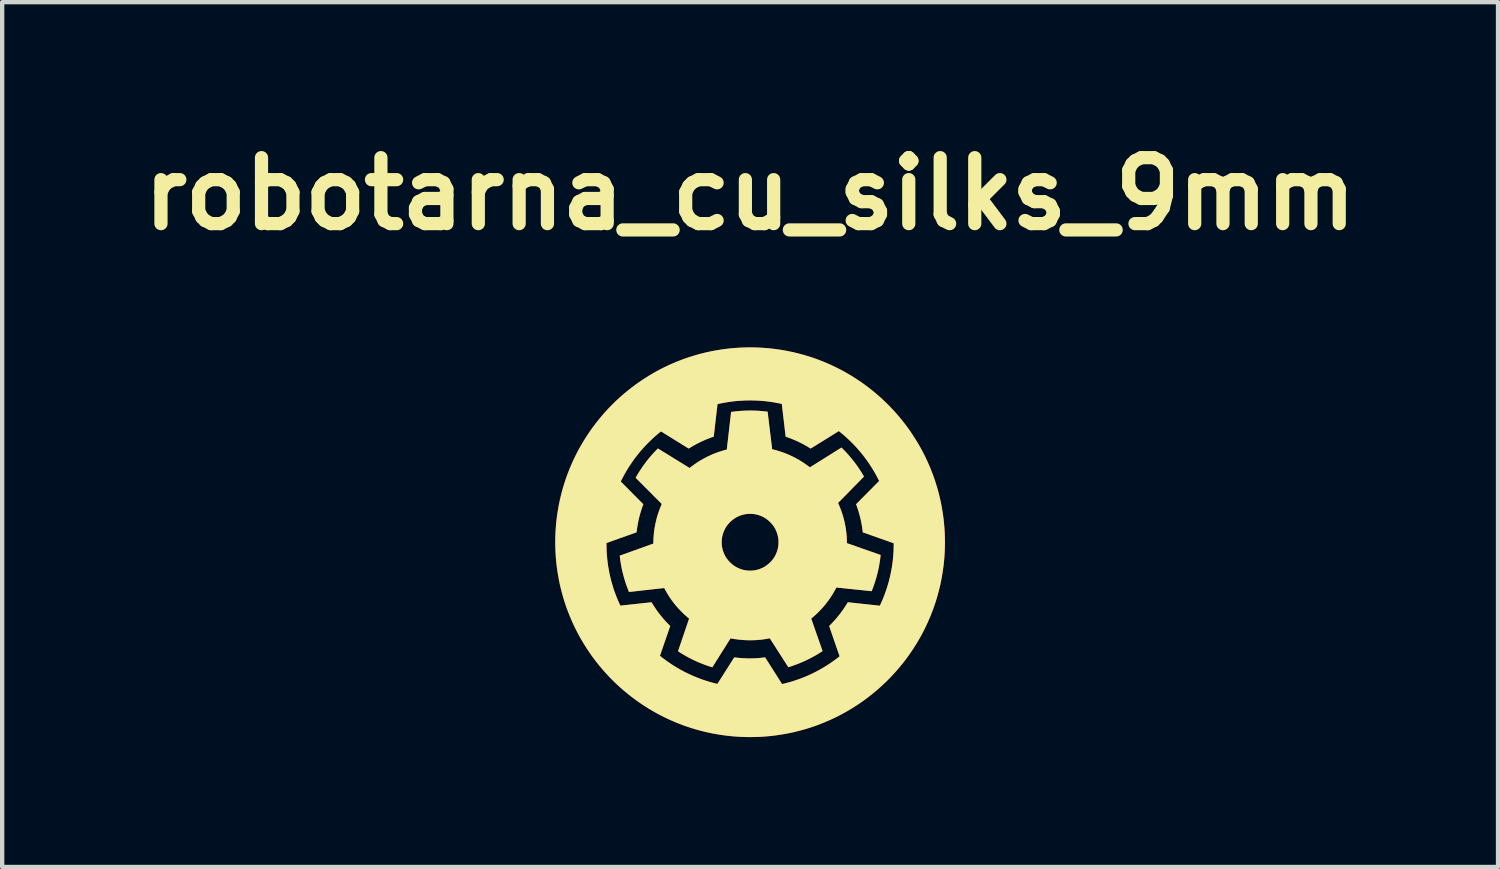
<source format=kicad_pcb>
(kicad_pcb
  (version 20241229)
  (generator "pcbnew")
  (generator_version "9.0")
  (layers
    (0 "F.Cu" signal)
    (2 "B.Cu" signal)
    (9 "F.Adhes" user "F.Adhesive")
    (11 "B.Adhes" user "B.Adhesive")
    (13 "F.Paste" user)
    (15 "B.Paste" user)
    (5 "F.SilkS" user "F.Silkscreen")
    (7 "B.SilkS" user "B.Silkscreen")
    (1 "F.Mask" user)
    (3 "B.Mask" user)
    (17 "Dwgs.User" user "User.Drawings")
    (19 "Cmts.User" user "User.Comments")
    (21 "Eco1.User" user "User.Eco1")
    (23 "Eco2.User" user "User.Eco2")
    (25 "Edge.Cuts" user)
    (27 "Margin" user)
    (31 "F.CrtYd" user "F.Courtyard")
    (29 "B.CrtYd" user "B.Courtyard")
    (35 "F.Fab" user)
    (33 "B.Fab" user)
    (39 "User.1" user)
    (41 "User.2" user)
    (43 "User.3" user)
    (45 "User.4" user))
  (footprint "robotarna_cu_silks_9mm"
    (layer "F.Cu")
    (at 14.275 9.474)
    (property "Reference" "robotarna_cu_silks_9mm" (at 0 -8.048 0) (layer "F.SilkS") (effects (font (size 1.524 1.524) (thickness 0.305))))
    (attr smd)
    (fp_poly (pts (xy -0.000008 0.656) (xy -2.975 0.552) (xy -2.966 0.6) (xy -2.956 0.647) (xy -2.945 0.694) (xy -2.933 0.741) (xy -2.921 0.788) (xy -2.908 0.834) (xy -2.894 0.88) (xy -2.88 0.926) (xy -2.865 0.971) (xy -2.849 1.016) (xy -2.832 1.061) (xy -2.815 1.105) (xy -2.797 1.149) (xy -1.984 1.058) (xy -1.961 1.101) (xy -1.937 1.143) (xy -1.913 1.185) (xy -1.887 1.226) (xy -1.861 1.267) (xy -1.834 1.307) (xy -1.806 1.346) (xy -1.777 1.385) (xy -1.747 1.423) (xy -1.717 1.46) (xy -1.685 1.497) (xy -1.653 1.533) (xy -1.62 1.568) (xy -1.587 1.602) (xy -1.553 1.636) (xy -1.518 1.669) (xy -1.482 1.702) (xy -1.446 1.733) (xy -1.409 1.764) (xy -1.665 2.518) (xy -1.625 2.544) (xy -1.584 2.57) (xy -1.542 2.595) (xy -1.5 2.619) (xy -1.458 2.643) (xy -1.415 2.666) (xy -1.372 2.688) (xy -1.329 2.71) (xy -1.285 2.731) (xy -1.24 2.752) (xy -1.196 2.771) (xy -1.15 2.79) (xy -1.105 2.808) (xy -1.059 2.826) (xy -1.013 2.843) (xy -0.966 2.859) (xy -0.92 2.874) (xy -0.872 2.889) (xy -0.451 2.219) (xy -0.402 2.229) (xy -0.353 2.237) (xy -0.304 2.244) (xy -0.254 2.25) (xy -0.204 2.255) (xy -0.154 2.259) (xy -0.104 2.262) (xy -0.053 2.264) (xy -0.002 2.265) (xy 0.045 2.264) (xy 0.092 2.263) (xy 0.138 2.261) (xy 0.184 2.257) (xy 0.23 2.253) (xy 0.276 2.248) (xy 0.321 2.242) (xy 0.366 2.235) (xy 0.411 2.227) (xy 0.455 2.219) (xy 0.883 2.887) (xy 0.93 2.872) (xy 0.977 2.856) (xy 1.023 2.84) (xy 1.069 2.823) (xy 1.115 2.806) (xy 1.16 2.787) (xy 1.205 2.768) (xy 1.25 2.749) (xy 1.294 2.728) (xy 1.338 2.707) (xy 1.381 2.685) (xy 1.424 2.663) (xy 1.467 2.639) (xy 1.509 2.616) (xy 1.551 2.591) (xy 1.592 2.566) (xy 1.633 2.54) (xy 1.674 2.514) (xy 1.412 1.764) (xy 1.449 1.732) (xy 1.486 1.7) (xy 1.522 1.667) (xy 1.558 1.634) (xy 1.593 1.599) (xy 1.626 1.564) (xy 1.66 1.528) (xy 1.692 1.492) (xy 1.724 1.455) (xy 1.754 1.417) (xy 1.784 1.378) (xy 1.813 1.339) (xy 1.842 1.299) (xy 1.869 1.258) (xy 1.896 1.217) (xy 1.921 1.175) (xy 1.946 1.132) (xy 1.97 1.089) (xy 1.993 1.046) (xy 2.807 1.131) (xy 2.825 1.087) (xy 2.842 1.043) (xy 2.858 0.998) (xy 2.873 0.953) (xy 2.888 0.908) (xy 2.902 0.862) (xy 2.916 0.816) (xy 2.928 0.77) (xy 2.94 0.724) (xy 2.952 0.677) (xy 2.962 0.63) (xy 2.972 0.583) (xy 2.981 0.535) (xy 2.989 0.488) (xy 2.997 0.439) (xy 3.004 0.391) (xy 3.01 0.343) (xy 3.015 0.294) (xy 2.237 0.021) (xy 2.236 -0.032) (xy 2.234 -0.084) (xy 2.231 -0.135) (xy 2.227 -0.186) (xy 2.221 -0.237) (xy 2.214 -0.288) (xy 2.207 -0.338) (xy 2.198 -0.388) (xy 2.188 -0.437) (xy 2.177 -0.486) (xy 2.165 -0.535) (xy 2.152 -0.583) (xy 2.138 -0.631) (xy 2.123 -0.678) (xy 2.106 -0.725) (xy 2.089 -0.771) (xy 2.071 -0.817) (xy 2.052 -0.863) (xy 2.032 -0.907) (xy 2.631 -1.517) (xy 2.606 -1.56) (xy 2.58 -1.603) (xy 2.553 -1.646) (xy 2.526 -1.688) (xy 2.497 -1.729) (xy 2.469 -1.77) (xy 2.439 -1.811) (xy 2.409 -1.851) (xy 2.378 -1.89) (xy 2.347 -1.929) (xy 2.315 -1.968) (xy 2.282 -2.006) (xy 2.249 -2.043) (xy 2.215 -2.08) (xy 2.181 -2.116) (xy 2.146 -2.152) (xy 2.11 -2.187) (xy 1.381 -1.73) (xy 1.343 -1.759) (xy 1.304 -1.788) (xy 1.265 -1.815) (xy 1.225 -1.842) (xy 1.184 -1.868) (xy 1.143 -1.894) (xy 1.101 -1.918) (xy 1.058 -1.941) (xy 1.015 -1.964) (xy 0.972 -1.985) (xy 0.928 -2.006) (xy 0.883 -2.026) (xy 0.838 -2.044) (xy 0.793 -2.062) (xy 0.747 -2.079) (xy 0.7 -2.095) (xy 0.653 -2.11) (xy 0.606 -2.124) (xy 0.558 -2.137) (xy 0.51 -2.148) (xy 0.405 -3.015) (xy 0.356 -3.021) (xy 0.307 -3.026) (xy 0.257 -3.031) (xy 0.207 -3.035) (xy 0.157 -3.038) (xy 0.106 -3.04) (xy 0.056 -3.041) (xy 0.005 -3.042) (xy -0.045 -3.041) (xy -0.095 -3.04) (xy -0.145 -3.038) (xy -0.194 -3.035) (xy -0.244 -3.032) (xy -0.293 -3.027) (xy -0.342 -3.022) (xy -0.39 -3.016) (xy -0.439 -3.01) (xy -0.538 -2.141) (xy -0.585 -2.129) (xy -0.632 -2.115) (xy -0.679 -2.101) (xy -0.726 -2.086) (xy -0.772 -2.069) (xy -0.817 -2.052) (xy -0.862 -2.034) (xy -0.906 -2.014) (xy -0.95 -1.994) (xy -0.994 -1.973) (xy -1.037 -1.951) (xy -1.079 -1.928) (xy -1.121 -1.905) (xy -1.162 -1.88) (xy -1.203 -1.855) (xy -1.243 -1.828) (xy -1.282 -1.801) (xy -1.321 -1.773) (xy -1.36 -1.745) (xy -1.397 -1.715) (xy -2.129 -2.166) (xy -2.164 -2.131) (xy -2.199 -2.095) (xy -2.233 -2.058) (xy -2.266 -2.021) (xy -2.299 -1.983) (xy -2.332 -1.945) (xy -2.363 -1.906) (xy -2.395 -1.866) (xy -2.425 -1.826) (xy -2.455 -1.786) (xy -2.484 -1.745) (xy -2.512 -1.703) (xy -2.54 -1.661) (xy -2.567 -1.619) (xy -2.594 -1.576) (xy -2.619 -1.532) (xy -2.644 -1.489) (xy -2.04 -0.883) (xy -2.059 -0.839) (xy -2.078 -0.795) (xy -2.095 -0.749) (xy -2.111 -0.704) (xy -2.127 -0.658) (xy -2.141 -0.612) (xy -2.155 -0.565) (xy -2.167 -0.517) (xy -2.178 -0.47) (xy -2.189 -0.422) (xy -2.198 -0.373) (xy -2.207 -0.325) (xy -2.214 -0.275) (xy -2.22 -0.226) (xy -2.225 -0.176) (xy -2.229 -0.126) (xy -2.232 -0.075) (xy -2.234 -0.025) (xy -2.234 0.026) (xy -2.234 0.031) (xy -3.011 0.31) (xy -3.005 0.359) (xy -2.999 0.407) (xy -2.992 0.456) (xy -2.984 0.504) (xy -2.975 0.552) (xy -0.000008 0.656) (xy -0.047 0.655) (xy -0.093 0.65) (xy -0.138 0.642) (xy -0.182 0.631) (xy -0.224 0.617) (xy -0.266 0.6) (xy -0.306 0.581) (xy -0.344 0.559) (xy -0.381 0.535) (xy -0.415 0.508) (xy -0.448 0.479) (xy -0.479 0.448) (xy -0.508 0.415) (xy -0.535 0.381) (xy -0.559 0.344) (xy -0.581 0.306) (xy -0.6 0.266) (xy -0.617 0.224) (xy -0.631 0.182) (xy -0.642 0.138) (xy -0.65 0.093) (xy -0.655 0.047) (xy -0.656 0.000015) (xy -0.655 -0.047) (xy -0.65 -0.093) (xy -0.642 -0.138) (xy -0.631 -0.182) (xy -0.617 -0.224) (xy -0.6 -0.266) (xy -0.581 -0.306) (xy -0.559 -0.344) (xy -0.535 -0.381) (xy -0.508 -0.415) (xy -0.479 -0.448) (xy -0.448 -0.479) (xy -0.415 -0.508) (xy -0.381 -0.535) (xy -0.344 -0.559) (xy -0.306 -0.581) (xy -0.266 -0.6) (xy -0.224 -0.617) (xy -0.182 -0.631) (xy -0.138 -0.642) (xy -0.093 -0.65) (xy -0.047 -0.655) (xy -0.000008 -0.656) (xy 0.047 -0.655) (xy 0.093 -0.65) (xy 0.138 -0.642) (xy 0.182 -0.631) (xy 0.224 -0.617) (xy 0.266 -0.6) (xy 0.306 -0.581) (xy 0.344 -0.559) (xy 0.38 -0.535) (xy 0.415 -0.508) (xy 0.448 -0.479) (xy 0.479 -0.448) (xy 0.508 -0.415) (xy 0.535 -0.381) (xy 0.559 -0.344) (xy 0.581 -0.306) (xy 0.6 -0.266) (xy 0.617 -0.224) (xy 0.631 -0.182) (xy 0.642 -0.138) (xy 0.65 -0.093) (xy 0.655 -0.047) (xy 0.656 0.000015) (xy 0.655 0.047) (xy 0.65 0.093) (xy 0.642 0.138) (xy 0.631 0.182) (xy 0.617 0.224) (xy 0.6 0.266) (xy 0.581 0.306) (xy 0.559 0.344) (xy 0.535 0.381) (xy 0.508 0.415) (xy 0.479 0.448) (xy 0.448 0.479) (xy 0.415 0.508) (xy 0.38 0.535) (xy 0.344 0.559) (xy 0.306 0.581) (xy 0.266 0.6) (xy 0.224 0.617) (xy 0.182 0.631) (xy 0.138 0.642) (xy 0.093 0.65) (xy 0.047 0.655) (xy -0.000008 0.656)) (stroke (width 0) (type solid)) (fill yes) (layer "F.Cu"))
    (fp_poly (pts (xy 2.996 1.466) (xy 0.665 4.451) (xy 0.711 4.444) (xy 0.758 4.436) (xy 0.804 4.428) (xy 0.85 4.42) (xy 0.895 4.411) (xy 0.941 4.401) (xy 0.987 4.392) (xy 1.032 4.381) (xy 1.077 4.37) (xy 1.122 4.359) (xy 1.167 4.347) (xy 1.211 4.335) (xy 1.255 4.323) (xy 1.3 4.309) (xy 1.344 4.296) (xy 1.387 4.282) (xy 1.431 4.268) (xy 1.474 4.253) (xy 1.518 4.238) (xy 1.561 4.222) (xy 1.603 4.206) (xy 1.646 4.189) (xy 1.688 4.173) (xy 1.731 4.155) (xy 1.773 4.137) (xy 1.814 4.119) (xy 1.856 4.101) (xy 1.897 4.082) (xy 1.938 4.062) (xy 1.979 4.043) (xy 2.02 4.022) (xy 2.06 4.002) (xy 2.1 3.981) (xy 2.14 3.96) (xy 2.18 3.938) (xy 2.219 3.916) (xy 2.258 3.893) (xy 2.297 3.87) (xy 2.336 3.847) (xy 2.374 3.823) (xy 2.412 3.799) (xy 2.45 3.775) (xy 2.488 3.75) (xy 2.525 3.725) (xy 2.562 3.7) (xy 2.599 3.674) (xy 2.636 3.648) (xy 2.672 3.621) (xy 2.708 3.594) (xy 2.744 3.567) (xy 2.779 3.539) (xy 2.815 3.511) (xy 2.849 3.483) (xy 2.884 3.454) (xy 2.918 3.426) (xy 2.952 3.396) (xy 2.986 3.367) (xy 3.019 3.337) (xy 3.053 3.306) (xy 3.085 3.276) (xy 3.118 3.245) (xy 3.15 3.214) (xy 3.182 3.182) (xy 3.214 3.15) (xy 3.245 3.118) (xy 3.276 3.085) (xy 3.306 3.053) (xy 3.337 3.019) (xy 3.367 2.986) (xy 3.396 2.952) (xy 3.426 2.918) (xy 3.454 2.884) (xy 3.483 2.849) (xy 3.511 2.815) (xy 3.539 2.779) (xy 3.567 2.744) (xy 3.594 2.708) (xy 3.621 2.672) (xy 3.648 2.636) (xy 3.674 2.599) (xy 3.7 2.562) (xy 3.725 2.525) (xy 3.75 2.488) (xy 3.775 2.45) (xy 3.799 2.412) (xy 3.823 2.374) (xy 3.847 2.336) (xy 3.87 2.297) (xy 3.893 2.258) (xy 3.916 2.219) (xy 3.938 2.18) (xy 3.96 2.14) (xy 3.981 2.1) (xy 4.002 2.06) (xy 4.022 2.02) (xy 4.043 1.979) (xy 4.062 1.938) (xy 4.082 1.897) (xy 4.101 1.856) (xy 4.119 1.814) (xy 4.137 1.773) (xy 4.155 1.731) (xy 4.173 1.688) (xy 4.189 1.646) (xy 4.206 1.603) (xy 4.222 1.561) (xy 4.238 1.518) (xy 4.253 1.474) (xy 4.268 1.431) (xy 4.282 1.387) (xy 4.296 1.344) (xy 4.309 1.3) (xy 4.323 1.255) (xy 4.335 1.211) (xy 4.347 1.167) (xy 4.359 1.122) (xy 4.37 1.077) (xy 4.381 1.032) (xy 4.392 0.987) (xy 4.401 0.941) (xy 4.411 0.895) (xy 4.42 0.85) (xy 4.428 0.804) (xy 4.436 0.758) (xy 4.444 0.711) (xy 4.451 0.665) (xy 4.458 0.618) (xy 4.464 0.572) (xy 4.47 0.525) (xy 4.475 0.478) (xy 4.48 0.431) (xy 4.484 0.383) (xy 4.488 0.336) (xy 4.491 0.288) (xy 4.494 0.241) (xy 4.496 0.193) (xy 4.498 0.145) (xy 4.499 0.097) (xy 4.5 0.048) (xy 4.5 0.000013) (xy 4.5 -0.048) (xy 4.499 -0.097) (xy 4.498 -0.145) (xy 4.496 -0.193) (xy 4.494 -0.241) (xy 4.491 -0.288) (xy 4.488 -0.336) (xy 4.484 -0.383) (xy 4.48 -0.431) (xy 4.475 -0.478) (xy 4.47 -0.525) (xy 4.464 -0.572) (xy 4.458 -0.618) (xy 4.451 -0.665) (xy 4.444 -0.711) (xy 4.436 -0.758) (xy 4.428 -0.804) (xy 4.42 -0.85) (xy 4.411 -0.895) (xy 4.401 -0.941) (xy 4.392 -0.987) (xy 4.381 -1.032) (xy 4.37 -1.077) (xy 4.359 -1.122) (xy 4.347 -1.167) (xy 4.335 -1.211) (xy 4.323 -1.255) (xy 4.309 -1.3) (xy 4.296 -1.344) (xy 4.282 -1.387) (xy 4.268 -1.431) (xy 4.253 -1.474) (xy 4.238 -1.518) (xy 4.222 -1.561) (xy 4.206 -1.603) (xy 4.189 -1.646) (xy 4.173 -1.688) (xy 4.155 -1.731) (xy 4.137 -1.773) (xy 4.119 -1.814) (xy 4.101 -1.856) (xy 4.082 -1.897) (xy 4.062 -1.938) (xy 4.043 -1.979) (xy 4.022 -2.02) (xy 4.002 -2.06) (xy 3.981 -2.1) (xy 3.96 -2.14) (xy 3.938 -2.18) (xy 3.916 -2.219) (xy 3.893 -2.258) (xy 3.87 -2.297) (xy 3.847 -2.336) (xy 3.823 -2.374) (xy 3.799 -2.412) (xy 3.775 -2.45) (xy 3.75 -2.488) (xy 3.725 -2.525) (xy 3.7 -2.562) (xy 3.674 -2.599) (xy 3.648 -2.636) (xy 3.621 -2.672) (xy 3.594 -2.708) (xy 3.567 -2.744) (xy 3.539 -2.779) (xy 3.511 -2.815) (xy 3.483 -2.849) (xy 3.454 -2.884) (xy 3.426 -2.918) (xy 3.396 -2.952) (xy 3.367 -2.986) (xy 3.337 -3.019) (xy 3.306 -3.053) (xy 3.276 -3.085) (xy 3.245 -3.118) (xy 3.214 -3.15) (xy 3.182 -3.182) (xy 3.15 -3.214) (xy 3.118 -3.245) (xy 3.085 -3.276) (xy 3.053 -3.306) (xy 3.019 -3.337) (xy 2.986 -3.367) (xy 2.952 -3.396) (xy 2.918 -3.426) (xy 2.884 -3.454) (xy 2.849 -3.483) (xy 2.815 -3.511) (xy 2.779 -3.539) (xy 2.744 -3.567) (xy 2.708 -3.594) (xy 2.672 -3.621) (xy 2.636 -3.648) (xy 2.599 -3.674) (xy 2.562 -3.7) (xy 2.525 -3.725) (xy 2.488 -3.75) (xy 2.45 -3.775) (xy 2.412 -3.799) (xy 2.374 -3.823) (xy 2.336 -3.847) (xy 2.297 -3.87) (xy 2.258 -3.893) (xy 2.219 -3.916) (xy 2.18 -3.938) (xy 2.14 -3.96) (xy 2.1 -3.981) (xy 2.06 -4.002) (xy 2.02 -4.022) (xy 1.979 -4.043) (xy 1.938 -4.062) (xy 1.897 -4.082) (xy 1.856 -4.101) (xy 1.814 -4.119) (xy 1.773 -4.137) (xy 1.731 -4.155) (xy 1.688 -4.173) (xy 1.646 -4.189) (xy 1.603 -4.206) (xy 1.561 -4.222) (xy 1.518 -4.238) (xy 1.474 -4.253) (xy 1.431 -4.268) (xy 1.387 -4.282) (xy 1.344 -4.296) (xy 1.3 -4.309) (xy 1.255 -4.323) (xy 1.211 -4.335) (xy 1.167 -4.347) (xy 1.122 -4.359) (xy 1.077 -4.37) (xy 1.032 -4.381) (xy 0.987 -4.392) (xy 0.941 -4.401) (xy 0.895 -4.411) (xy 0.85 -4.42) (xy 0.804 -4.428) (xy 0.758 -4.436) (xy 0.711 -4.444) (xy 0.665 -4.451) (xy 0.618 -4.458) (xy 0.572 -4.464) (xy 0.525 -4.47) (xy 0.478 -4.475) (xy 0.431 -4.48) (xy 0.383 -4.484) (xy 0.336 -4.488) (xy 0.288 -4.491) (xy 0.241 -4.494) (xy 0.193 -4.496) (xy 0.145 -4.498) (xy 0.097 -4.499) (xy 0.048 -4.5) (xy -0.000013 -4.5) (xy -0.048 -4.5) (xy -0.097 -4.499) (xy -0.145 -4.498) (xy -0.193 -4.496) (xy -0.241 -4.494) (xy -0.288 -4.491) (xy -0.336 -4.488) (xy -0.383 -4.484) (xy -0.431 -4.48) (xy -0.478 -4.475) (xy -0.525 -4.47) (xy -0.572 -4.464) (xy -0.618 -4.458) (xy -0.665 -4.451) (xy -0.711 -4.444) (xy -0.758 -4.436) (xy -0.804 -4.428) (xy -0.85 -4.42) (xy -0.895 -4.411) (xy -0.941 -4.401) (xy -0.987 -4.392) (xy -1.032 -4.381) (xy -1.077 -4.37) (xy -1.122 -4.359) (xy -1.167 -4.347) (xy -1.211 -4.335) (xy -1.255 -4.323) (xy -1.3 -4.309) (xy -1.344 -4.296) (xy -1.387 -4.282) (xy -1.431 -4.268) (xy -1.474 -4.253) (xy -1.518 -4.238) (xy -1.561 -4.222) (xy -1.603 -4.206) (xy -1.646 -4.189) (xy -1.688 -4.173) (xy -1.731 -4.155) (xy -1.773 -4.137) (xy -1.814 -4.119) (xy -1.856 -4.101) (xy -1.897 -4.082) (xy -1.938 -4.062) (xy -1.979 -4.043) (xy -2.02 -4.022) (xy -2.06 -4.002) (xy -2.1 -3.981) (xy -2.14 -3.96) (xy -2.18 -3.938) (xy -2.219 -3.916) (xy -2.258 -3.893) (xy -2.297 -3.87) (xy -2.336 -3.847) (xy -2.374 -3.823) (xy -2.412 -3.799) (xy -2.45 -3.775) (xy -2.488 -3.75) (xy -2.525 -3.725) (xy -2.562 -3.7) (xy -2.599 -3.674) (xy -2.636 -3.648) (xy -2.672 -3.621) (xy -2.708 -3.594) (xy -2.744 -3.567) (xy -2.779 -3.539) (xy -2.815 -3.511) (xy -2.849 -3.483) (xy -2.884 -3.454) (xy -2.918 -3.426) (xy -2.952 -3.396) (xy -2.986 -3.367) (xy -3.019 -3.337) (xy -3.053 -3.306) (xy -3.085 -3.276) (xy -3.118 -3.245) (xy -3.15 -3.214) (xy -3.182 -3.182) (xy -3.214 -3.15) (xy -3.245 -3.118) (xy -3.276 -3.085) (xy -3.306 -3.053) (xy -3.337 -3.019) (xy -3.367 -2.986) (xy -3.396 -2.952) (xy -3.426 -2.918) (xy -3.454 -2.884) (xy -3.483 -2.849) (xy -3.511 -2.815) (xy -3.539 -2.779) (xy -3.567 -2.744) (xy -3.594 -2.708) (xy -3.621 -2.672) (xy -3.648 -2.636) (xy -3.674 -2.599) (xy -3.7 -2.562) (xy -3.725 -2.525) (xy -3.75 -2.488) (xy -3.775 -2.45) (xy -3.799 -2.412) (xy -3.823 -2.374) (xy -3.847 -2.336) (xy -3.87 -2.297) (xy -3.893 -2.258) (xy -3.916 -2.219) (xy -3.938 -2.18) (xy -3.96 -2.14) (xy -3.981 -2.1) (xy -4.002 -2.06) (xy -4.022 -2.02) (xy -4.043 -1.979) (xy -4.062 -1.938) (xy -4.082 -1.897) (xy -4.101 -1.856) (xy -4.119 -1.814) (xy -4.137 -1.773) (xy -4.155 -1.731) (xy -4.173 -1.688) (xy -4.189 -1.646) (xy -4.206 -1.603) (xy -4.222 -1.561) (xy -4.238 -1.518) (xy -4.253 -1.474) (xy -4.268 -1.431) (xy -4.282 -1.387) (xy -4.296 -1.344) (xy -4.309 -1.3) (xy -4.323 -1.255) (xy -4.335 -1.211) (xy -4.347 -1.167) (xy -4.359 -1.122) (xy -4.37 -1.077) (xy -4.381 -1.032) (xy -4.392 -0.987) (xy -4.401 -0.941) (xy -4.411 -0.895) (xy -4.42 -0.85) (xy -4.428 -0.804) (xy -4.436 -0.758) (xy -4.444 -0.711) (xy -4.451 -0.665) (xy -4.458 -0.618) (xy -4.464 -0.572) (xy -4.47 -0.525) (xy -4.475 -0.478) (xy -4.48 -0.431) (xy -4.484 -0.383) (xy -4.488 -0.336) (xy -4.491 -0.288) (xy -4.494 -0.241) (xy -4.496 -0.193) (xy -4.498 -0.145) (xy -4.499 -0.097) (xy -4.5 -0.048) (xy -4.5 0.000013) (xy -4.5 0.048) (xy -4.499 0.097) (xy -4.498 0.145) (xy -4.496 0.193) (xy -4.494 0.241) (xy -4.491 0.288) (xy -4.488 0.336) (xy -4.484 0.383) (xy -4.48 0.431) (xy -4.475 0.478) (xy -4.47 0.525) (xy -4.464 0.572) (xy -4.458 0.618) (xy -4.451 0.665) (xy -4.444 0.711) (xy -4.436 0.758) (xy -4.428 0.804) (xy -4.42 0.85) (xy -4.411 0.895) (xy -4.401 0.941) (xy -4.392 0.987) (xy -4.381 1.032) (xy -4.37 1.077) (xy -4.359 1.122) (xy -4.347 1.167) (xy -4.335 1.211) (xy -4.323 1.255) (xy -4.309 1.3) (xy -4.296 1.344) (xy -4.282 1.387) (xy -4.268 1.431) (xy -4.253 1.474) (xy -4.238 1.518) (xy -4.222 1.561) (xy -4.206 1.603) (xy -4.189 1.646) (xy -4.173 1.688) (xy -4.155 1.731) (xy -4.137 1.773) (xy -4.119 1.814) (xy -4.101 1.856) (xy -4.082 1.897) (xy -4.062 1.938) (xy -4.043 1.979) (xy -4.022 2.02) (xy -4.002 2.06) (xy -3.981 2.1) (xy -3.96 2.14) (xy -3.938 2.18) (xy -3.916 2.219) (xy -3.893 2.258) (xy -3.87 2.297) (xy -3.847 2.336) (xy -3.823 2.374) (xy -3.799 2.412) (xy -3.775 2.45) (xy -3.75 2.488) (xy -3.725 2.525) (xy -3.7 2.562) (xy -3.674 2.599) (xy -3.648 2.636) (xy -3.621 2.672) (xy -3.594 2.708) (xy -3.567 2.744) (xy -3.539 2.779) (xy -3.511 2.815) (xy -3.483 2.849) (xy -3.454 2.884) (xy -3.426 2.918) (xy -3.396 2.952) (xy -3.367 2.986) (xy -3.337 3.019) (xy -3.306 3.053) (xy -3.276 3.085) (xy -3.245 3.118) (xy -3.214 3.15) (xy -3.182 3.182) (xy -3.15 3.214) (xy -3.118 3.245) (xy -3.085 3.276) (xy -3.053 3.306) (xy -3.019 3.337) (xy -2.986 3.367) (xy -2.952 3.396) (xy -2.918 3.426) (xy -2.884 3.454) (xy -2.849 3.483) (xy -2.815 3.511) (xy -2.779 3.539) (xy -2.744 3.567) (xy -2.708 3.594) (xy -2.672 3.621) (xy -2.636 3.648) (xy -2.599 3.674) (xy -2.562 3.7) (xy -2.525 3.725) (xy -2.488 3.75) (xy -2.45 3.775) (xy -2.412 3.799) (xy -2.374 3.823) (xy -2.336 3.847) (xy -2.297 3.87) (xy -2.258 3.893) (xy -2.219 3.916) (xy -2.18 3.938) (xy -2.14 3.96) (xy -2.1 3.981) (xy -2.06 4.002) (xy -2.02 4.022) (xy -1.979 4.043) (xy -1.938 4.062) (xy -1.897 4.082) (xy -1.856 4.101) (xy -1.814 4.119) (xy -1.773 4.137) (xy -1.731 4.155) (xy -1.688 4.173) (xy -1.646 4.189) (xy -1.603 4.206) (xy -1.561 4.222) (xy -1.518 4.238) (xy -1.474 4.253) (xy -1.431 4.268) (xy -1.387 4.282) (xy -1.344 4.296) (xy -1.3 4.309) (xy -1.255 4.323) (xy -1.211 4.335) (xy -1.167 4.347) (xy -1.122 4.359) (xy -1.077 4.37) (xy -1.032 4.381) (xy -0.987 4.392) (xy -0.941 4.401) (xy -0.895 4.411) (xy -0.85 4.42) (xy -0.804 4.428) (xy -0.758 4.436) (xy -0.711 4.444) (xy -0.665 4.451) (xy -0.618 4.458) (xy -0.572 4.464) (xy -0.525 4.47) (xy -0.478 4.475) (xy -0.431 4.48) (xy -0.383 4.484) (xy -0.336 4.488) (xy -0.288 4.491) (xy -0.241 4.494) (xy -0.193 4.496) (xy -0.145 4.498) (xy -0.097 4.499) (xy -0.048 4.5) (xy -0.000013 4.5) (xy 0.048 4.5) (xy 0.097 4.499) (xy 0.145 4.498) (xy 0.193 4.496) (xy 0.241 4.494) (xy 0.288 4.491) (xy 0.336 4.488) (xy 0.383 4.484) (xy 0.431 4.48) (xy 0.478 4.475) (xy 0.525 4.47) (xy 0.572 4.464) (xy 0.618 4.458) (xy 0.665 4.451) (xy 2.996 1.466) (xy 2.257 1.386) (xy 2.231 1.429) (xy 2.204 1.471) (xy 2.176 1.513) (xy 2.148 1.555) (xy 2.119 1.595) (xy 2.09 1.636) (xy 2.059 1.675) (xy 2.028 1.714) (xy 1.996 1.753) (xy 1.963 1.791) (xy 1.93 1.828) (xy 1.896 1.864) (xy 1.861 1.9) (xy 1.826 1.936) (xy 2.067 2.635) (xy 2.028 2.666) (xy 1.989 2.695) (xy 1.95 2.725) (xy 1.91 2.753) (xy 1.87 2.781) (xy 1.829 2.809) (xy 1.788 2.835) (xy 1.746 2.862) (xy 1.705 2.887) (xy 1.662 2.912) (xy 1.619 2.937) (xy 1.576 2.96) (xy 1.533 2.984) (xy 1.489 3.006) (xy 1.444 3.028) (xy 1.4 3.049) (xy 1.355 3.07) (xy 1.309 3.09) (xy 1.263 3.109) (xy 1.217 3.128) (xy 1.171 3.146) (xy 1.124 3.163) (xy 1.077 3.179) (xy 1.03 3.195) (xy 0.982 3.211) (xy 0.934 3.225) (xy 0.885 3.239) (xy 0.837 3.252) (xy 0.788 3.264) (xy 0.739 3.276) (xy 0.347 2.659) (xy 0.303 2.664) (xy 0.259 2.669) (xy 0.215 2.673) (xy 0.17 2.677) (xy 0.126 2.68) (xy 0.081 2.681) (xy 0.036 2.683) (xy -0.01 2.683) (xy -0.055 2.683) (xy -0.1 2.681) (xy -0.145 2.68) (xy -0.19 2.677) (xy -0.234 2.673) (xy -0.278 2.669) (xy -0.322 2.664) (xy -0.366 2.659) (xy -0.755 3.272) (xy -0.805 3.26) (xy -0.853 3.247) (xy -0.902 3.234) (xy -0.95 3.22) (xy -0.999 3.205) (xy -1.046 3.19) (xy -1.094 3.174) (xy -1.141 3.157) (xy -1.187 3.139) (xy -1.234 3.121) (xy -1.28 3.102) (xy -1.326 3.083) (xy -1.371 3.062) (xy -1.416 3.042) (xy -1.461 3.02) (xy -1.505 2.998) (xy -1.549 2.975) (xy -1.592 2.952) (xy -1.635 2.928) (xy -1.678 2.903) (xy -1.72 2.878) (xy -1.762 2.852) (xy -1.804 2.825) (xy -1.845 2.798) (xy -1.885 2.77) (xy -1.926 2.742) (xy -1.965 2.713) (xy -2.005 2.684) (xy -2.044 2.654) (xy -2.082 2.623) (xy -1.845 1.936) (xy -1.88 1.9) (xy -1.915 1.864) (xy -1.949 1.828) (xy -1.982 1.791) (xy -2.015 1.753) (xy -2.047 1.714) (xy -2.078 1.675) (xy -2.109 1.636) (xy -2.139 1.595) (xy -2.168 1.555) (xy -2.196 1.513) (xy -2.223 1.471) (xy -2.25 1.429) (xy -2.276 1.386) (xy -2.997 1.464) (xy -3.017 1.42) (xy -3.037 1.377) (xy -3.056 1.333) (xy -3.074 1.289) (xy -3.092 1.244) (xy -3.109 1.199) (xy -3.126 1.154) (xy -3.142 1.108) (xy -3.157 1.063) (xy -3.171 1.016) (xy -3.185 0.97) (xy -3.198 0.923) (xy -3.211 0.876) (xy -3.223 0.829) (xy -3.234 0.782) (xy -3.245 0.734) (xy -3.254 0.686) (xy -3.263 0.638) (xy -3.272 0.589) (xy -3.28 0.541) (xy -3.287 0.492) (xy -3.293 0.442) (xy -3.299 0.393) (xy -3.303 0.343) (xy -3.308 0.294) (xy -3.311 0.243) (xy -3.314 0.193) (xy -3.315 0.143) (xy -3.317 0.092) (xy -3.317 0.041) (xy -3.317 0.018) (xy -2.622 -0.229) (xy -2.616 -0.277) (xy -2.61 -0.325) (xy -2.602 -0.373) (xy -2.594 -0.421) (xy -2.585 -0.468) (xy -2.575 -0.515) (xy -2.564 -0.561) (xy -2.553 -0.607) (xy -2.54 -0.653) (xy -2.527 -0.699) (xy -2.513 -0.744) (xy -2.498 -0.789) (xy -2.483 -0.833) (xy -2.466 -0.877) (xy -2.987 -1.403) (xy -2.965 -1.448) (xy -2.942 -1.492) (xy -2.918 -1.537) (xy -2.894 -1.581) (xy -2.869 -1.624) (xy -2.844 -1.667) (xy -2.818 -1.71) (xy -2.791 -1.752) (xy -2.763 -1.794) (xy -2.735 -1.835) (xy -2.707 -1.876) (xy -2.678 -1.917) (xy -2.648 -1.957) (xy -2.618 -1.996) (xy -2.587 -2.035) (xy -2.555 -2.074) (xy -2.523 -2.112) (xy -2.49 -2.149) (xy -2.457 -2.187) (xy -2.424 -2.223) (xy -2.389 -2.259) (xy -2.355 -2.295) (xy -2.319 -2.33) (xy -2.283 -2.364) (xy -2.247 -2.398) (xy -2.21 -2.432) (xy -2.173 -2.465) (xy -2.135 -2.497) (xy -2.097 -2.529) (xy -2.058 -2.56) (xy -1.419 -2.163) (xy -1.377 -2.188) (xy -1.335 -2.214) (xy -1.292 -2.238) (xy -1.249 -2.262) (xy -1.205 -2.285) (xy -1.161 -2.307) (xy -1.117 -2.328) (xy -1.072 -2.348) (xy -1.026 -2.368) (xy -0.98 -2.387) (xy -0.934 -2.405) (xy -0.887 -2.422) (xy -0.84 -2.438) (xy -0.752 -3.19) (xy -0.703 -3.201) (xy -0.655 -3.211) (xy -0.606 -3.22) (xy -0.557 -3.229) (xy -0.507 -3.237) (xy -0.457 -3.244) (xy -0.407 -3.251) (xy -0.357 -3.257) (xy -0.307 -3.262) (xy -0.256 -3.266) (xy -0.205 -3.269) (xy -0.154 -3.272) (xy -0.103 -3.274) (xy -0.052 -3.275) (xy -0.000013 -3.276) (xy 0.05 -3.275) (xy 0.1 -3.274) (xy 0.15 -3.272) (xy 0.2 -3.27) (xy 0.249 -3.266) (xy 0.299 -3.262) (xy 0.348 -3.258) (xy 0.396 -3.252) (xy 0.445 -3.246) (xy 0.494 -3.239) (xy 0.542 -3.232) (xy 0.59 -3.223) (xy 0.637 -3.214) (xy 0.685 -3.205) (xy 0.732 -3.194) (xy 0.821 -2.438) (xy 0.868 -2.422) (xy 0.915 -2.405) (xy 0.961 -2.387) (xy 1.007 -2.368) (xy 1.053 -2.348) (xy 1.098 -2.328) (xy 1.142 -2.307) (xy 1.186 -2.285) (xy 1.23 -2.262) (xy 1.273 -2.238) (xy 1.316 -2.214) (xy 1.358 -2.188) (xy 1.399 -2.163) (xy 2.05 -2.567) (xy 2.088 -2.536) (xy 2.127 -2.504) (xy 2.165 -2.472) (xy 2.202 -2.439) (xy 2.239 -2.406) (xy 2.275 -2.372) (xy 2.311 -2.338) (xy 2.346 -2.303) (xy 2.381 -2.268) (xy 2.415 -2.232) (xy 2.449 -2.196) (xy 2.482 -2.159) (xy 2.515 -2.121) (xy 2.547 -2.083) (xy 2.579 -2.045) (xy 2.61 -2.006) (xy 2.64 -1.967) (xy 2.67 -1.927) (xy 2.699 -1.887) (xy 2.728 -1.846) (xy 2.756 -1.805) (xy 2.783 -1.763) (xy 2.81 -1.721) (xy 2.836 -1.679) (xy 2.862 -1.636) (xy 2.887 -1.593) (xy 2.911 -1.549) (xy 2.935 -1.505) (xy 2.958 -1.46) (xy 2.981 -1.416) (xy 2.447 -0.877) (xy 2.464 -0.833) (xy 2.479 -0.789) (xy 2.494 -0.744) (xy 2.508 -0.699) (xy 2.521 -0.653) (xy 2.533 -0.607) (xy 2.545 -0.561) (xy 2.556 -0.515) (xy 2.566 -0.468) (xy 2.575 -0.421) (xy 2.583 -0.373) (xy 2.59 -0.325) (xy 2.597 -0.277) (xy 2.602 -0.229) (xy 3.317 0.024) (xy 3.317 0.041) (xy 3.317 0.092) (xy 3.315 0.143) (xy 3.314 0.193) (xy 3.311 0.244) (xy 3.308 0.294) (xy 3.303 0.344) (xy 3.298 0.394) (xy 3.293 0.443) (xy 3.287 0.492) (xy 3.28 0.541) (xy 3.272 0.59) (xy 3.263 0.639) (xy 3.254 0.687) (xy 3.244 0.735) (xy 3.234 0.783) (xy 3.222 0.83) (xy 3.211 0.878) (xy 3.198 0.925) (xy 3.185 0.971) (xy 3.171 1.018) (xy 3.156 1.064) (xy 3.141 1.11) (xy 3.125 1.155) (xy 3.109 1.201) (xy 3.091 1.246) (xy 3.074 1.29) (xy 3.055 1.335) (xy 3.036 1.379) (xy 3.017 1.422) (xy 2.996 1.466)) (stroke (width 0) (type solid)) (fill yes) (layer "F.Cu"))
    (fp_poly (pts (xy -0.000008 0.656) (xy -2.975 0.552) (xy -2.966 0.6) (xy -2.956 0.647) (xy -2.945 0.694) (xy -2.933 0.741) (xy -2.921 0.788) (xy -2.908 0.834) (xy -2.894 0.88) (xy -2.88 0.926) (xy -2.865 0.971) (xy -2.849 1.016) (xy -2.832 1.061) (xy -2.815 1.105) (xy -2.797 1.149) (xy -1.984 1.058) (xy -1.961 1.101) (xy -1.937 1.143) (xy -1.913 1.185) (xy -1.887 1.226) (xy -1.861 1.267) (xy -1.834 1.307) (xy -1.806 1.346) (xy -1.777 1.385) (xy -1.747 1.423) (xy -1.717 1.46) (xy -1.685 1.497) (xy -1.653 1.533) (xy -1.62 1.568) (xy -1.587 1.602) (xy -1.553 1.636) (xy -1.518 1.669) (xy -1.482 1.702) (xy -1.446 1.733) (xy -1.409 1.764) (xy -1.665 2.518) (xy -1.625 2.544) (xy -1.584 2.57) (xy -1.542 2.595) (xy -1.5 2.619) (xy -1.458 2.643) (xy -1.415 2.666) (xy -1.372 2.688) (xy -1.329 2.71) (xy -1.285 2.731) (xy -1.24 2.752) (xy -1.196 2.771) (xy -1.15 2.79) (xy -1.105 2.808) (xy -1.059 2.826) (xy -1.013 2.843) (xy -0.966 2.859) (xy -0.92 2.874) (xy -0.872 2.889) (xy -0.451 2.219) (xy -0.402 2.229) (xy -0.353 2.237) (xy -0.304 2.244) (xy -0.254 2.25) (xy -0.204 2.255) (xy -0.154 2.259) (xy -0.104 2.262) (xy -0.053 2.264) (xy -0.002 2.265) (xy 0.045 2.264) (xy 0.092 2.263) (xy 0.138 2.261) (xy 0.184 2.257) (xy 0.23 2.253) (xy 0.276 2.248) (xy 0.321 2.242) (xy 0.366 2.235) (xy 0.411 2.227) (xy 0.455 2.219) (xy 0.883 2.887) (xy 0.93 2.872) (xy 0.977 2.856) (xy 1.023 2.84) (xy 1.069 2.823) (xy 1.115 2.806) (xy 1.16 2.787) (xy 1.205 2.768) (xy 1.25 2.749) (xy 1.294 2.728) (xy 1.338 2.707) (xy 1.381 2.685) (xy 1.424 2.663) (xy 1.467 2.639) (xy 1.509 2.616) (xy 1.551 2.591) (xy 1.592 2.566) (xy 1.633 2.54) (xy 1.674 2.514) (xy 1.412 1.764) (xy 1.449 1.732) (xy 1.486 1.7) (xy 1.522 1.667) (xy 1.558 1.634) (xy 1.593 1.599) (xy 1.626 1.564) (xy 1.66 1.528) (xy 1.692 1.492) (xy 1.724 1.455) (xy 1.754 1.417) (xy 1.784 1.378) (xy 1.813 1.339) (xy 1.842 1.299) (xy 1.869 1.258) (xy 1.896 1.217) (xy 1.921 1.175) (xy 1.946 1.132) (xy 1.97 1.089) (xy 1.993 1.046) (xy 2.807 1.131) (xy 2.825 1.087) (xy 2.842 1.043) (xy 2.858 0.998) (xy 2.873 0.953) (xy 2.888 0.908) (xy 2.902 0.862) (xy 2.916 0.816) (xy 2.928 0.77) (xy 2.94 0.724) (xy 2.952 0.677) (xy 2.962 0.63) (xy 2.972 0.583) (xy 2.981 0.535) (xy 2.989 0.488) (xy 2.997 0.439) (xy 3.004 0.391) (xy 3.01 0.343) (xy 3.015 0.294) (xy 2.237 0.021) (xy 2.236 -0.032) (xy 2.234 -0.084) (xy 2.231 -0.135) (xy 2.227 -0.186) (xy 2.221 -0.237) (xy 2.214 -0.288) (xy 2.207 -0.338) (xy 2.198 -0.388) (xy 2.188 -0.437) (xy 2.177 -0.486) (xy 2.165 -0.535) (xy 2.152 -0.583) (xy 2.138 -0.631) (xy 2.123 -0.678) (xy 2.106 -0.725) (xy 2.089 -0.771) (xy 2.071 -0.817) (xy 2.052 -0.863) (xy 2.032 -0.907) (xy 2.631 -1.517) (xy 2.606 -1.56) (xy 2.58 -1.603) (xy 2.553 -1.646) (xy 2.526 -1.688) (xy 2.497 -1.729) (xy 2.469 -1.77) (xy 2.439 -1.811) (xy 2.409 -1.851) (xy 2.378 -1.89) (xy 2.347 -1.929) (xy 2.315 -1.968) (xy 2.282 -2.006) (xy 2.249 -2.043) (xy 2.215 -2.08) (xy 2.181 -2.116) (xy 2.146 -2.152) (xy 2.11 -2.187) (xy 1.381 -1.73) (xy 1.343 -1.759) (xy 1.304 -1.788) (xy 1.265 -1.815) (xy 1.225 -1.842) (xy 1.184 -1.868) (xy 1.143 -1.894) (xy 1.101 -1.918) (xy 1.058 -1.941) (xy 1.015 -1.964) (xy 0.972 -1.985) (xy 0.928 -2.006) (xy 0.883 -2.026) (xy 0.838 -2.044) (xy 0.793 -2.062) (xy 0.747 -2.079) (xy 0.7 -2.095) (xy 0.653 -2.11) (xy 0.606 -2.124) (xy 0.558 -2.137) (xy 0.51 -2.148) (xy 0.405 -3.015) (xy 0.356 -3.021) (xy 0.307 -3.026) (xy 0.257 -3.031) (xy 0.207 -3.035) (xy 0.157 -3.038) (xy 0.106 -3.04) (xy 0.056 -3.041) (xy 0.005 -3.042) (xy -0.045 -3.041) (xy -0.095 -3.04) (xy -0.145 -3.038) (xy -0.194 -3.035) (xy -0.244 -3.032) (xy -0.293 -3.027) (xy -0.342 -3.022) (xy -0.39 -3.016) (xy -0.439 -3.01) (xy -0.538 -2.141) (xy -0.585 -2.129) (xy -0.632 -2.115) (xy -0.679 -2.101) (xy -0.726 -2.086) (xy -0.772 -2.069) (xy -0.817 -2.052) (xy -0.862 -2.034) (xy -0.906 -2.014) (xy -0.95 -1.994) (xy -0.994 -1.973) (xy -1.037 -1.951) (xy -1.079 -1.928) (xy -1.121 -1.905) (xy -1.162 -1.88) (xy -1.203 -1.855) (xy -1.243 -1.828) (xy -1.282 -1.801) (xy -1.321 -1.773) (xy -1.36 -1.745) (xy -1.397 -1.715) (xy -2.129 -2.166) (xy -2.164 -2.131) (xy -2.199 -2.095) (xy -2.233 -2.058) (xy -2.266 -2.021) (xy -2.299 -1.983) (xy -2.332 -1.945) (xy -2.363 -1.906) (xy -2.395 -1.866) (xy -2.425 -1.826) (xy -2.455 -1.786) (xy -2.484 -1.745) (xy -2.512 -1.703) (xy -2.54 -1.661) (xy -2.567 -1.619) (xy -2.594 -1.576) (xy -2.619 -1.532) (xy -2.644 -1.489) (xy -2.04 -0.883) (xy -2.059 -0.839) (xy -2.078 -0.795) (xy -2.095 -0.749) (xy -2.111 -0.704) (xy -2.127 -0.658) (xy -2.141 -0.612) (xy -2.155 -0.565) (xy -2.167 -0.517) (xy -2.178 -0.47) (xy -2.189 -0.422) (xy -2.198 -0.373) (xy -2.207 -0.325) (xy -2.214 -0.275) (xy -2.22 -0.226) (xy -2.225 -0.176) (xy -2.229 -0.126) (xy -2.232 -0.075) (xy -2.234 -0.025) (xy -2.234 0.026) (xy -2.234 0.031) (xy -3.011 0.31) (xy -3.005 0.359) (xy -2.999 0.407) (xy -2.992 0.456) (xy -2.984 0.504) (xy -2.975 0.552) (xy -0.000008 0.656) (xy -0.047 0.655) (xy -0.093 0.65) (xy -0.138 0.642) (xy -0.182 0.631) (xy -0.224 0.617) (xy -0.266 0.6) (xy -0.306 0.581) (xy -0.344 0.559) (xy -0.381 0.535) (xy -0.415 0.508) (xy -0.448 0.479) (xy -0.479 0.448) (xy -0.508 0.415) (xy -0.535 0.381) (xy -0.559 0.344) (xy -0.581 0.306) (xy -0.6 0.266) (xy -0.617 0.224) (xy -0.631 0.182) (xy -0.642 0.138) (xy -0.65 0.093) (xy -0.655 0.047) (xy -0.656 0.000015) (xy -0.655 -0.047) (xy -0.65 -0.093) (xy -0.642 -0.138) (xy -0.631 -0.182) (xy -0.617 -0.224) (xy -0.6 -0.266) (xy -0.581 -0.306) (xy -0.559 -0.344) (xy -0.535 -0.381) (xy -0.508 -0.415) (xy -0.479 -0.448) (xy -0.448 -0.479) (xy -0.415 -0.508) (xy -0.381 -0.535) (xy -0.344 -0.559) (xy -0.306 -0.581) (xy -0.266 -0.6) (xy -0.224 -0.617) (xy -0.182 -0.631) (xy -0.138 -0.642) (xy -0.093 -0.65) (xy -0.047 -0.655) (xy -0.000008 -0.656) (xy 0.047 -0.655) (xy 0.093 -0.65) (xy 0.138 -0.642) (xy 0.182 -0.631) (xy 0.224 -0.617) (xy 0.266 -0.6) (xy 0.306 -0.581) (xy 0.344 -0.559) (xy 0.38 -0.535) (xy 0.415 -0.508) (xy 0.448 -0.479) (xy 0.479 -0.448) (xy 0.508 -0.415) (xy 0.535 -0.381) (xy 0.559 -0.344) (xy 0.581 -0.306) (xy 0.6 -0.266) (xy 0.617 -0.224) (xy 0.631 -0.182) (xy 0.642 -0.138) (xy 0.65 -0.093) (xy 0.655 -0.047) (xy 0.656 0.000015) (xy 0.655 0.047) (xy 0.65 0.093) (xy 0.642 0.138) (xy 0.631 0.182) (xy 0.617 0.224) (xy 0.6 0.266) (xy 0.581 0.306) (xy 0.559 0.344) (xy 0.535 0.381) (xy 0.508 0.415) (xy 0.479 0.448) (xy 0.448 0.479) (xy 0.415 0.508) (xy 0.38 0.535) (xy 0.344 0.559) (xy 0.306 0.581) (xy 0.266 0.6) (xy 0.224 0.617) (xy 0.182 0.631) (xy 0.138 0.642) (xy 0.093 0.65) (xy 0.047 0.655) (xy -0.000008 0.656)) (stroke (width 0) (type solid)) (fill yes) (layer "F.SilkS"))
    (fp_poly (pts (xy 2.996 1.466) (xy 0.665 4.451) (xy 0.711 4.444) (xy 0.758 4.436) (xy 0.804 4.428) (xy 0.85 4.42) (xy 0.895 4.411) (xy 0.941 4.401) (xy 0.987 4.392) (xy 1.032 4.381) (xy 1.077 4.37) (xy 1.122 4.359) (xy 1.167 4.347) (xy 1.211 4.335) (xy 1.255 4.323) (xy 1.3 4.309) (xy 1.344 4.296) (xy 1.387 4.282) (xy 1.431 4.268) (xy 1.474 4.253) (xy 1.518 4.238) (xy 1.561 4.222) (xy 1.603 4.206) (xy 1.646 4.189) (xy 1.688 4.173) (xy 1.731 4.155) (xy 1.773 4.137) (xy 1.814 4.119) (xy 1.856 4.101) (xy 1.897 4.082) (xy 1.938 4.062) (xy 1.979 4.043) (xy 2.02 4.022) (xy 2.06 4.002) (xy 2.1 3.981) (xy 2.14 3.96) (xy 2.18 3.938) (xy 2.219 3.916) (xy 2.258 3.893) (xy 2.297 3.87) (xy 2.336 3.847) (xy 2.374 3.823) (xy 2.412 3.799) (xy 2.45 3.775) (xy 2.488 3.75) (xy 2.525 3.725) (xy 2.562 3.7) (xy 2.599 3.674) (xy 2.636 3.648) (xy 2.672 3.621) (xy 2.708 3.594) (xy 2.744 3.567) (xy 2.779 3.539) (xy 2.815 3.511) (xy 2.849 3.483) (xy 2.884 3.454) (xy 2.918 3.426) (xy 2.952 3.396) (xy 2.986 3.367) (xy 3.019 3.337) (xy 3.053 3.306) (xy 3.085 3.276) (xy 3.118 3.245) (xy 3.15 3.214) (xy 3.182 3.182) (xy 3.214 3.15) (xy 3.245 3.118) (xy 3.276 3.085) (xy 3.306 3.053) (xy 3.337 3.019) (xy 3.367 2.986) (xy 3.396 2.952) (xy 3.426 2.918) (xy 3.454 2.884) (xy 3.483 2.849) (xy 3.511 2.815) (xy 3.539 2.779) (xy 3.567 2.744) (xy 3.594 2.708) (xy 3.621 2.672) (xy 3.648 2.636) (xy 3.674 2.599) (xy 3.7 2.562) (xy 3.725 2.525) (xy 3.75 2.488) (xy 3.775 2.45) (xy 3.799 2.412) (xy 3.823 2.374) (xy 3.847 2.336) (xy 3.87 2.297) (xy 3.893 2.258) (xy 3.916 2.219) (xy 3.938 2.18) (xy 3.96 2.14) (xy 3.981 2.1) (xy 4.002 2.06) (xy 4.022 2.02) (xy 4.043 1.979) (xy 4.062 1.938) (xy 4.082 1.897) (xy 4.101 1.856) (xy 4.119 1.814) (xy 4.137 1.773) (xy 4.155 1.731) (xy 4.173 1.688) (xy 4.189 1.646) (xy 4.206 1.603) (xy 4.222 1.561) (xy 4.238 1.518) (xy 4.253 1.474) (xy 4.268 1.431) (xy 4.282 1.387) (xy 4.296 1.344) (xy 4.309 1.3) (xy 4.323 1.255) (xy 4.335 1.211) (xy 4.347 1.167) (xy 4.359 1.122) (xy 4.37 1.077) (xy 4.381 1.032) (xy 4.392 0.987) (xy 4.401 0.941) (xy 4.411 0.895) (xy 4.42 0.85) (xy 4.428 0.804) (xy 4.436 0.758) (xy 4.444 0.711) (xy 4.451 0.665) (xy 4.458 0.618) (xy 4.464 0.572) (xy 4.47 0.525) (xy 4.475 0.478) (xy 4.48 0.431) (xy 4.484 0.383) (xy 4.488 0.336) (xy 4.491 0.288) (xy 4.494 0.241) (xy 4.496 0.193) (xy 4.498 0.145) (xy 4.499 0.097) (xy 4.5 0.048) (xy 4.5 0.000013) (xy 4.5 -0.048) (xy 4.499 -0.097) (xy 4.498 -0.145) (xy 4.496 -0.193) (xy 4.494 -0.241) (xy 4.491 -0.288) (xy 4.488 -0.336) (xy 4.484 -0.383) (xy 4.48 -0.431) (xy 4.475 -0.478) (xy 4.47 -0.525) (xy 4.464 -0.572) (xy 4.458 -0.618) (xy 4.451 -0.665) (xy 4.444 -0.711) (xy 4.436 -0.758) (xy 4.428 -0.804) (xy 4.42 -0.85) (xy 4.411 -0.895) (xy 4.401 -0.941) (xy 4.392 -0.987) (xy 4.381 -1.032) (xy 4.37 -1.077) (xy 4.359 -1.122) (xy 4.347 -1.167) (xy 4.335 -1.211) (xy 4.323 -1.255) (xy 4.309 -1.3) (xy 4.296 -1.344) (xy 4.282 -1.387) (xy 4.268 -1.431) (xy 4.253 -1.474) (xy 4.238 -1.518) (xy 4.222 -1.561) (xy 4.206 -1.603) (xy 4.189 -1.646) (xy 4.173 -1.688) (xy 4.155 -1.731) (xy 4.137 -1.773) (xy 4.119 -1.814) (xy 4.101 -1.856) (xy 4.082 -1.897) (xy 4.062 -1.938) (xy 4.043 -1.979) (xy 4.022 -2.02) (xy 4.002 -2.06) (xy 3.981 -2.1) (xy 3.96 -2.14) (xy 3.938 -2.18) (xy 3.916 -2.219) (xy 3.893 -2.258) (xy 3.87 -2.297) (xy 3.847 -2.336) (xy 3.823 -2.374) (xy 3.799 -2.412) (xy 3.775 -2.45) (xy 3.75 -2.488) (xy 3.725 -2.525) (xy 3.7 -2.562) (xy 3.674 -2.599) (xy 3.648 -2.636) (xy 3.621 -2.672) (xy 3.594 -2.708) (xy 3.567 -2.744) (xy 3.539 -2.779) (xy 3.511 -2.815) (xy 3.483 -2.849) (xy 3.454 -2.884) (xy 3.426 -2.918) (xy 3.396 -2.952) (xy 3.367 -2.986) (xy 3.337 -3.019) (xy 3.306 -3.053) (xy 3.276 -3.085) (xy 3.245 -3.118) (xy 3.214 -3.15) (xy 3.182 -3.182) (xy 3.15 -3.214) (xy 3.118 -3.245) (xy 3.085 -3.276) (xy 3.053 -3.306) (xy 3.019 -3.337) (xy 2.986 -3.367) (xy 2.952 -3.396) (xy 2.918 -3.426) (xy 2.884 -3.454) (xy 2.849 -3.483) (xy 2.815 -3.511) (xy 2.779 -3.539) (xy 2.744 -3.567) (xy 2.708 -3.594) (xy 2.672 -3.621) (xy 2.636 -3.648) (xy 2.599 -3.674) (xy 2.562 -3.7) (xy 2.525 -3.725) (xy 2.488 -3.75) (xy 2.45 -3.775) (xy 2.412 -3.799) (xy 2.374 -3.823) (xy 2.336 -3.847) (xy 2.297 -3.87) (xy 2.258 -3.893) (xy 2.219 -3.916) (xy 2.18 -3.938) (xy 2.14 -3.96) (xy 2.1 -3.981) (xy 2.06 -4.002) (xy 2.02 -4.022) (xy 1.979 -4.043) (xy 1.938 -4.062) (xy 1.897 -4.082) (xy 1.856 -4.101) (xy 1.814 -4.119) (xy 1.773 -4.137) (xy 1.731 -4.155) (xy 1.688 -4.173) (xy 1.646 -4.189) (xy 1.603 -4.206) (xy 1.561 -4.222) (xy 1.518 -4.238) (xy 1.474 -4.253) (xy 1.431 -4.268) (xy 1.387 -4.282) (xy 1.344 -4.296) (xy 1.3 -4.309) (xy 1.255 -4.323) (xy 1.211 -4.335) (xy 1.167 -4.347) (xy 1.122 -4.359) (xy 1.077 -4.37) (xy 1.032 -4.381) (xy 0.987 -4.392) (xy 0.941 -4.401) (xy 0.895 -4.411) (xy 0.85 -4.42) (xy 0.804 -4.428) (xy 0.758 -4.436) (xy 0.711 -4.444) (xy 0.665 -4.451) (xy 0.618 -4.458) (xy 0.572 -4.464) (xy 0.525 -4.47) (xy 0.478 -4.475) (xy 0.431 -4.48) (xy 0.383 -4.484) (xy 0.336 -4.488) (xy 0.288 -4.491) (xy 0.241 -4.494) (xy 0.193 -4.496) (xy 0.145 -4.498) (xy 0.097 -4.499) (xy 0.048 -4.5) (xy -0.000013 -4.5) (xy -0.048 -4.5) (xy -0.097 -4.499) (xy -0.145 -4.498) (xy -0.193 -4.496) (xy -0.241 -4.494) (xy -0.288 -4.491) (xy -0.336 -4.488) (xy -0.383 -4.484) (xy -0.431 -4.48) (xy -0.478 -4.475) (xy -0.525 -4.47) (xy -0.572 -4.464) (xy -0.618 -4.458) (xy -0.665 -4.451) (xy -0.711 -4.444) (xy -0.758 -4.436) (xy -0.804 -4.428) (xy -0.85 -4.42) (xy -0.895 -4.411) (xy -0.941 -4.401) (xy -0.987 -4.392) (xy -1.032 -4.381) (xy -1.077 -4.37) (xy -1.122 -4.359) (xy -1.167 -4.347) (xy -1.211 -4.335) (xy -1.255 -4.323) (xy -1.3 -4.309) (xy -1.344 -4.296) (xy -1.387 -4.282) (xy -1.431 -4.268) (xy -1.474 -4.253) (xy -1.518 -4.238) (xy -1.561 -4.222) (xy -1.603 -4.206) (xy -1.646 -4.189) (xy -1.688 -4.173) (xy -1.731 -4.155) (xy -1.773 -4.137) (xy -1.814 -4.119) (xy -1.856 -4.101) (xy -1.897 -4.082) (xy -1.938 -4.062) (xy -1.979 -4.043) (xy -2.02 -4.022) (xy -2.06 -4.002) (xy -2.1 -3.981) (xy -2.14 -3.96) (xy -2.18 -3.938) (xy -2.219 -3.916) (xy -2.258 -3.893) (xy -2.297 -3.87) (xy -2.336 -3.847) (xy -2.374 -3.823) (xy -2.412 -3.799) (xy -2.45 -3.775) (xy -2.488 -3.75) (xy -2.525 -3.725) (xy -2.562 -3.7) (xy -2.599 -3.674) (xy -2.636 -3.648) (xy -2.672 -3.621) (xy -2.708 -3.594) (xy -2.744 -3.567) (xy -2.779 -3.539) (xy -2.815 -3.511) (xy -2.849 -3.483) (xy -2.884 -3.454) (xy -2.918 -3.426) (xy -2.952 -3.396) (xy -2.986 -3.367) (xy -3.019 -3.337) (xy -3.053 -3.306) (xy -3.085 -3.276) (xy -3.118 -3.245) (xy -3.15 -3.214) (xy -3.182 -3.182) (xy -3.214 -3.15) (xy -3.245 -3.118) (xy -3.276 -3.085) (xy -3.306 -3.053) (xy -3.337 -3.019) (xy -3.367 -2.986) (xy -3.396 -2.952) (xy -3.426 -2.918) (xy -3.454 -2.884) (xy -3.483 -2.849) (xy -3.511 -2.815) (xy -3.539 -2.779) (xy -3.567 -2.744) (xy -3.594 -2.708) (xy -3.621 -2.672) (xy -3.648 -2.636) (xy -3.674 -2.599) (xy -3.7 -2.562) (xy -3.725 -2.525) (xy -3.75 -2.488) (xy -3.775 -2.45) (xy -3.799 -2.412) (xy -3.823 -2.374) (xy -3.847 -2.336) (xy -3.87 -2.297) (xy -3.893 -2.258) (xy -3.916 -2.219) (xy -3.938 -2.18) (xy -3.96 -2.14) (xy -3.981 -2.1) (xy -4.002 -2.06) (xy -4.022 -2.02) (xy -4.043 -1.979) (xy -4.062 -1.938) (xy -4.082 -1.897) (xy -4.101 -1.856) (xy -4.119 -1.814) (xy -4.137 -1.773) (xy -4.155 -1.731) (xy -4.173 -1.688) (xy -4.189 -1.646) (xy -4.206 -1.603) (xy -4.222 -1.561) (xy -4.238 -1.518) (xy -4.253 -1.474) (xy -4.268 -1.431) (xy -4.282 -1.387) (xy -4.296 -1.344) (xy -4.309 -1.3) (xy -4.323 -1.255) (xy -4.335 -1.211) (xy -4.347 -1.167) (xy -4.359 -1.122) (xy -4.37 -1.077) (xy -4.381 -1.032) (xy -4.392 -0.987) (xy -4.401 -0.941) (xy -4.411 -0.895) (xy -4.42 -0.85) (xy -4.428 -0.804) (xy -4.436 -0.758) (xy -4.444 -0.711) (xy -4.451 -0.665) (xy -4.458 -0.618) (xy -4.464 -0.572) (xy -4.47 -0.525) (xy -4.475 -0.478) (xy -4.48 -0.431) (xy -4.484 -0.383) (xy -4.488 -0.336) (xy -4.491 -0.288) (xy -4.494 -0.241) (xy -4.496 -0.193) (xy -4.498 -0.145) (xy -4.499 -0.097) (xy -4.5 -0.048) (xy -4.5 0.000013) (xy -4.5 0.048) (xy -4.499 0.097) (xy -4.498 0.145) (xy -4.496 0.193) (xy -4.494 0.241) (xy -4.491 0.288) (xy -4.488 0.336) (xy -4.484 0.383) (xy -4.48 0.431) (xy -4.475 0.478) (xy -4.47 0.525) (xy -4.464 0.572) (xy -4.458 0.618) (xy -4.451 0.665) (xy -4.444 0.711) (xy -4.436 0.758) (xy -4.428 0.804) (xy -4.42 0.85) (xy -4.411 0.895) (xy -4.401 0.941) (xy -4.392 0.987) (xy -4.381 1.032) (xy -4.37 1.077) (xy -4.359 1.122) (xy -4.347 1.167) (xy -4.335 1.211) (xy -4.323 1.255) (xy -4.309 1.3) (xy -4.296 1.344) (xy -4.282 1.387) (xy -4.268 1.431) (xy -4.253 1.474) (xy -4.238 1.518) (xy -4.222 1.561) (xy -4.206 1.603) (xy -4.189 1.646) (xy -4.173 1.688) (xy -4.155 1.731) (xy -4.137 1.773) (xy -4.119 1.814) (xy -4.101 1.856) (xy -4.082 1.897) (xy -4.062 1.938) (xy -4.043 1.979) (xy -4.022 2.02) (xy -4.002 2.06) (xy -3.981 2.1) (xy -3.96 2.14) (xy -3.938 2.18) (xy -3.916 2.219) (xy -3.893 2.258) (xy -3.87 2.297) (xy -3.847 2.336) (xy -3.823 2.374) (xy -3.799 2.412) (xy -3.775 2.45) (xy -3.75 2.488) (xy -3.725 2.525) (xy -3.7 2.562) (xy -3.674 2.599) (xy -3.648 2.636) (xy -3.621 2.672) (xy -3.594 2.708) (xy -3.567 2.744) (xy -3.539 2.779) (xy -3.511 2.815) (xy -3.483 2.849) (xy -3.454 2.884) (xy -3.426 2.918) (xy -3.396 2.952) (xy -3.367 2.986) (xy -3.337 3.019) (xy -3.306 3.053) (xy -3.276 3.085) (xy -3.245 3.118) (xy -3.214 3.15) (xy -3.182 3.182) (xy -3.15 3.214) (xy -3.118 3.245) (xy -3.085 3.276) (xy -3.053 3.306) (xy -3.019 3.337) (xy -2.986 3.367) (xy -2.952 3.396) (xy -2.918 3.426) (xy -2.884 3.454) (xy -2.849 3.483) (xy -2.815 3.511) (xy -2.779 3.539) (xy -2.744 3.567) (xy -2.708 3.594) (xy -2.672 3.621) (xy -2.636 3.648) (xy -2.599 3.674) (xy -2.562 3.7) (xy -2.525 3.725) (xy -2.488 3.75) (xy -2.45 3.775) (xy -2.412 3.799) (xy -2.374 3.823) (xy -2.336 3.847) (xy -2.297 3.87) (xy -2.258 3.893) (xy -2.219 3.916) (xy -2.18 3.938) (xy -2.14 3.96) (xy -2.1 3.981) (xy -2.06 4.002) (xy -2.02 4.022) (xy -1.979 4.043) (xy -1.938 4.062) (xy -1.897 4.082) (xy -1.856 4.101) (xy -1.814 4.119) (xy -1.773 4.137) (xy -1.731 4.155) (xy -1.688 4.173) (xy -1.646 4.189) (xy -1.603 4.206) (xy -1.561 4.222) (xy -1.518 4.238) (xy -1.474 4.253) (xy -1.431 4.268) (xy -1.387 4.282) (xy -1.344 4.296) (xy -1.3 4.309) (xy -1.255 4.323) (xy -1.211 4.335) (xy -1.167 4.347) (xy -1.122 4.359) (xy -1.077 4.37) (xy -1.032 4.381) (xy -0.987 4.392) (xy -0.941 4.401) (xy -0.895 4.411) (xy -0.85 4.42) (xy -0.804 4.428) (xy -0.758 4.436) (xy -0.711 4.444) (xy -0.665 4.451) (xy -0.618 4.458) (xy -0.572 4.464) (xy -0.525 4.47) (xy -0.478 4.475) (xy -0.431 4.48) (xy -0.383 4.484) (xy -0.336 4.488) (xy -0.288 4.491) (xy -0.241 4.494) (xy -0.193 4.496) (xy -0.145 4.498) (xy -0.097 4.499) (xy -0.048 4.5) (xy -0.000013 4.5) (xy 0.048 4.5) (xy 0.097 4.499) (xy 0.145 4.498) (xy 0.193 4.496) (xy 0.241 4.494) (xy 0.288 4.491) (xy 0.336 4.488) (xy 0.383 4.484) (xy 0.431 4.48) (xy 0.478 4.475) (xy 0.525 4.47) (xy 0.572 4.464) (xy 0.618 4.458) (xy 0.665 4.451) (xy 2.996 1.466) (xy 2.257 1.386) (xy 2.231 1.429) (xy 2.204 1.471) (xy 2.176 1.513) (xy 2.148 1.555) (xy 2.119 1.595) (xy 2.09 1.636) (xy 2.059 1.675) (xy 2.028 1.714) (xy 1.996 1.753) (xy 1.963 1.791) (xy 1.93 1.828) (xy 1.896 1.864) (xy 1.861 1.9) (xy 1.826 1.936) (xy 2.067 2.635) (xy 2.028 2.666) (xy 1.989 2.695) (xy 1.95 2.725) (xy 1.91 2.753) (xy 1.87 2.781) (xy 1.829 2.809) (xy 1.788 2.835) (xy 1.746 2.862) (xy 1.705 2.887) (xy 1.662 2.912) (xy 1.619 2.937) (xy 1.576 2.96) (xy 1.533 2.984) (xy 1.489 3.006) (xy 1.444 3.028) (xy 1.4 3.049) (xy 1.355 3.07) (xy 1.309 3.09) (xy 1.263 3.109) (xy 1.217 3.128) (xy 1.171 3.146) (xy 1.124 3.163) (xy 1.077 3.179) (xy 1.03 3.195) (xy 0.982 3.211) (xy 0.934 3.225) (xy 0.885 3.239) (xy 0.837 3.252) (xy 0.788 3.264) (xy 0.739 3.276) (xy 0.347 2.659) (xy 0.303 2.664) (xy 0.259 2.669) (xy 0.215 2.673) (xy 0.17 2.677) (xy 0.126 2.68) (xy 0.081 2.681) (xy 0.036 2.683) (xy -0.01 2.683) (xy -0.055 2.683) (xy -0.1 2.681) (xy -0.145 2.68) (xy -0.19 2.677) (xy -0.234 2.673) (xy -0.278 2.669) (xy -0.322 2.664) (xy -0.366 2.659) (xy -0.755 3.272) (xy -0.805 3.26) (xy -0.853 3.247) (xy -0.902 3.234) (xy -0.95 3.22) (xy -0.999 3.205) (xy -1.046 3.19) (xy -1.094 3.174) (xy -1.141 3.157) (xy -1.187 3.139) (xy -1.234 3.121) (xy -1.28 3.102) (xy -1.326 3.083) (xy -1.371 3.062) (xy -1.416 3.042) (xy -1.461 3.02) (xy -1.505 2.998) (xy -1.549 2.975) (xy -1.592 2.952) (xy -1.635 2.928) (xy -1.678 2.903) (xy -1.72 2.878) (xy -1.762 2.852) (xy -1.804 2.825) (xy -1.845 2.798) (xy -1.885 2.77) (xy -1.926 2.742) (xy -1.965 2.713) (xy -2.005 2.684) (xy -2.044 2.654) (xy -2.082 2.623) (xy -1.845 1.936) (xy -1.88 1.9) (xy -1.915 1.864) (xy -1.949 1.828) (xy -1.982 1.791) (xy -2.015 1.753) (xy -2.047 1.714) (xy -2.078 1.675) (xy -2.109 1.636) (xy -2.139 1.595) (xy -2.168 1.555) (xy -2.196 1.513) (xy -2.223 1.471) (xy -2.25 1.429) (xy -2.276 1.386) (xy -2.997 1.464) (xy -3.017 1.42) (xy -3.037 1.377) (xy -3.056 1.333) (xy -3.074 1.289) (xy -3.092 1.244) (xy -3.109 1.199) (xy -3.126 1.154) (xy -3.142 1.108) (xy -3.157 1.063) (xy -3.171 1.016) (xy -3.185 0.97) (xy -3.198 0.923) (xy -3.211 0.876) (xy -3.223 0.829) (xy -3.234 0.782) (xy -3.245 0.734) (xy -3.254 0.686) (xy -3.263 0.638) (xy -3.272 0.589) (xy -3.28 0.541) (xy -3.287 0.492) (xy -3.293 0.442) (xy -3.299 0.393) (xy -3.303 0.343) (xy -3.308 0.294) (xy -3.311 0.243) (xy -3.314 0.193) (xy -3.315 0.143) (xy -3.317 0.092) (xy -3.317 0.041) (xy -3.317 0.018) (xy -2.622 -0.229) (xy -2.616 -0.277) (xy -2.61 -0.325) (xy -2.602 -0.373) (xy -2.594 -0.421) (xy -2.585 -0.468) (xy -2.575 -0.515) (xy -2.564 -0.561) (xy -2.553 -0.607) (xy -2.54 -0.653) (xy -2.527 -0.699) (xy -2.513 -0.744) (xy -2.498 -0.789) (xy -2.483 -0.833) (xy -2.466 -0.877) (xy -2.987 -1.403) (xy -2.965 -1.448) (xy -2.942 -1.492) (xy -2.918 -1.537) (xy -2.894 -1.581) (xy -2.869 -1.624) (xy -2.844 -1.667) (xy -2.818 -1.71) (xy -2.791 -1.752) (xy -2.763 -1.794) (xy -2.735 -1.835) (xy -2.707 -1.876) (xy -2.678 -1.917) (xy -2.648 -1.957) (xy -2.618 -1.996) (xy -2.587 -2.035) (xy -2.555 -2.074) (xy -2.523 -2.112) (xy -2.49 -2.149) (xy -2.457 -2.187) (xy -2.424 -2.223) (xy -2.389 -2.259) (xy -2.355 -2.295) (xy -2.319 -2.33) (xy -2.283 -2.364) (xy -2.247 -2.398) (xy -2.21 -2.432) (xy -2.173 -2.465) (xy -2.135 -2.497) (xy -2.097 -2.529) (xy -2.058 -2.56) (xy -1.419 -2.163) (xy -1.377 -2.188) (xy -1.335 -2.214) (xy -1.292 -2.238) (xy -1.249 -2.262) (xy -1.205 -2.285) (xy -1.161 -2.307) (xy -1.117 -2.328) (xy -1.072 -2.348) (xy -1.026 -2.368) (xy -0.98 -2.387) (xy -0.934 -2.405) (xy -0.887 -2.422) (xy -0.84 -2.438) (xy -0.752 -3.19) (xy -0.703 -3.201) (xy -0.655 -3.211) (xy -0.606 -3.22) (xy -0.557 -3.229) (xy -0.507 -3.237) (xy -0.457 -3.244) (xy -0.407 -3.251) (xy -0.357 -3.257) (xy -0.307 -3.262) (xy -0.256 -3.266) (xy -0.205 -3.269) (xy -0.154 -3.272) (xy -0.103 -3.274) (xy -0.052 -3.275) (xy -0.000013 -3.276) (xy 0.05 -3.275) (xy 0.1 -3.274) (xy 0.15 -3.272) (xy 0.2 -3.27) (xy 0.249 -3.266) (xy 0.299 -3.262) (xy 0.348 -3.258) (xy 0.396 -3.252) (xy 0.445 -3.246) (xy 0.494 -3.239) (xy 0.542 -3.232) (xy 0.59 -3.223) (xy 0.637 -3.214) (xy 0.685 -3.205) (xy 0.732 -3.194) (xy 0.821 -2.438) (xy 0.868 -2.422) (xy 0.915 -2.405) (xy 0.961 -2.387) (xy 1.007 -2.368) (xy 1.053 -2.348) (xy 1.098 -2.328) (xy 1.142 -2.307) (xy 1.186 -2.285) (xy 1.23 -2.262) (xy 1.273 -2.238) (xy 1.316 -2.214) (xy 1.358 -2.188) (xy 1.399 -2.163) (xy 2.05 -2.567) (xy 2.088 -2.536) (xy 2.127 -2.504) (xy 2.165 -2.472) (xy 2.202 -2.439) (xy 2.239 -2.406) (xy 2.275 -2.372) (xy 2.311 -2.338) (xy 2.346 -2.303) (xy 2.381 -2.268) (xy 2.415 -2.232) (xy 2.449 -2.196) (xy 2.482 -2.159) (xy 2.515 -2.121) (xy 2.547 -2.083) (xy 2.579 -2.045) (xy 2.61 -2.006) (xy 2.64 -1.967) (xy 2.67 -1.927) (xy 2.699 -1.887) (xy 2.728 -1.846) (xy 2.756 -1.805) (xy 2.783 -1.763) (xy 2.81 -1.721) (xy 2.836 -1.679) (xy 2.862 -1.636) (xy 2.887 -1.593) (xy 2.911 -1.549) (xy 2.935 -1.505) (xy 2.958 -1.46) (xy 2.981 -1.416) (xy 2.447 -0.877) (xy 2.464 -0.833) (xy 2.479 -0.789) (xy 2.494 -0.744) (xy 2.508 -0.699) (xy 2.521 -0.653) (xy 2.533 -0.607) (xy 2.545 -0.561) (xy 2.556 -0.515) (xy 2.566 -0.468) (xy 2.575 -0.421) (xy 2.583 -0.373) (xy 2.59 -0.325) (xy 2.597 -0.277) (xy 2.602 -0.229) (xy 3.317 0.024) (xy 3.317 0.041) (xy 3.317 0.092) (xy 3.315 0.143) (xy 3.314 0.193) (xy 3.311 0.244) (xy 3.308 0.294) (xy 3.303 0.344) (xy 3.298 0.394) (xy 3.293 0.443) (xy 3.287 0.492) (xy 3.28 0.541) (xy 3.272 0.59) (xy 3.263 0.639) (xy 3.254 0.687) (xy 3.244 0.735) (xy 3.234 0.783) (xy 3.222 0.83) (xy 3.211 0.878) (xy 3.198 0.925) (xy 3.185 0.971) (xy 3.171 1.018) (xy 3.156 1.064) (xy 3.141 1.11) (xy 3.125 1.155) (xy 3.109 1.201) (xy 3.091 1.246) (xy 3.074 1.29) (xy 3.055 1.335) (xy 3.036 1.379) (xy 3.017 1.422) (xy 2.996 1.466)) (stroke (width 0) (type solid)) (fill yes) (layer "F.SilkS")))
  (gr_rect
    (start -3 -3)
    (end 31.55 16.974)
    (stroke (width 0.1) (type default))
    (fill no)
    (layer "Edge.Cuts")))
</source>
